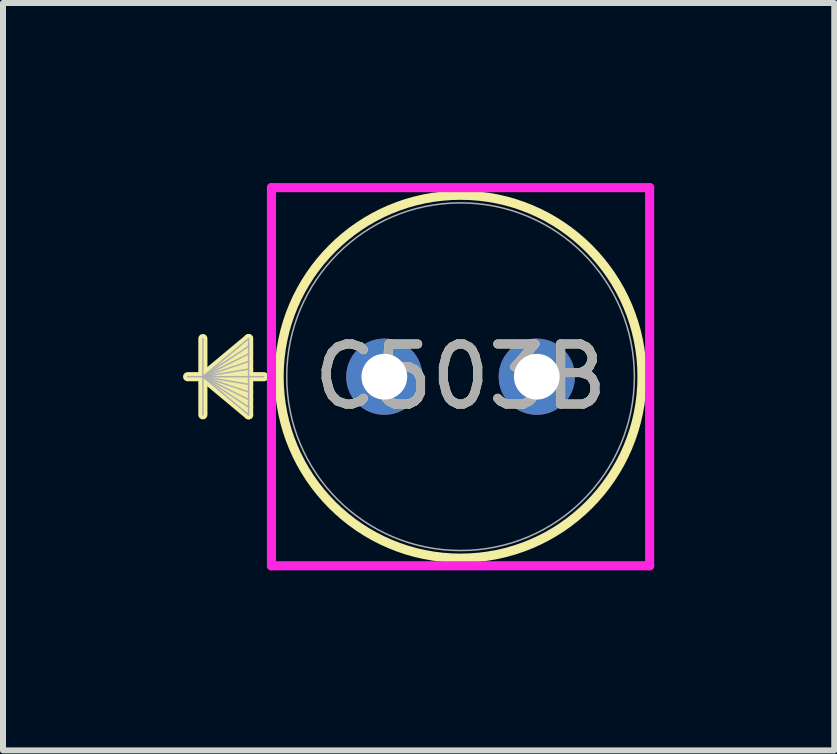
<source format=kicad_pcb>
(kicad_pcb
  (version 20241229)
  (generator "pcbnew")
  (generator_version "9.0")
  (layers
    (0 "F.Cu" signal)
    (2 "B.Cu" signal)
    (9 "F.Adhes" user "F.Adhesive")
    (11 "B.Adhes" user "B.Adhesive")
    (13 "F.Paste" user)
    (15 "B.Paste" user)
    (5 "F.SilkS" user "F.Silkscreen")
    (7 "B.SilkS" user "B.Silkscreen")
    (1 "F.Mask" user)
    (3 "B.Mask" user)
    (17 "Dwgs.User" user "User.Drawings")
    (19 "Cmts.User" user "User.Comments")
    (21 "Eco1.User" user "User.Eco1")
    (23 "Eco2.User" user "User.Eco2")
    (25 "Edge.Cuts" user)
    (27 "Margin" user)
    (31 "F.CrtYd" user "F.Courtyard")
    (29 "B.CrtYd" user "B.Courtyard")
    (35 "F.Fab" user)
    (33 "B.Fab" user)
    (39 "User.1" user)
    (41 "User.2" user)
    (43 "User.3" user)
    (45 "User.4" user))
  (footprint "C503B"
    (layer "F.Cu")
    (at 3.353 3.226)
    (property "Reference" "C503B" (at 1.27 0 0) (unlocked yes) (layer "F.SilkS") (effects (font (size 1 1) (thickness 0.15))))
    (attr through_hole)
    (fp_line (start -3.023 -0.635) (end -3.023 0.635) (stroke (width 0.152) (type solid)) (layer "F.SilkS"))
    (fp_line (start -3.023 0) (end -2.261 -0.635) (stroke (width 0.152) (type solid)) (layer "F.SilkS"))
    (fp_line (start -3.023 0) (end -2.261 -0.508) (stroke (width 0.152) (type solid)) (layer "F.SilkS"))
    (fp_line (start -3.023 0) (end -2.261 -0.381) (stroke (width 0.152) (type solid)) (layer "F.SilkS"))
    (fp_line (start -3.023 0) (end -2.261 -0.254) (stroke (width 0.152) (type solid)) (layer "F.SilkS"))
    (fp_line (start -3.023 0) (end -2.261 -0.127) (stroke (width 0.152) (type solid)) (layer "F.SilkS"))
    (fp_line (start -3.023 0) (end -2.261 0.127) (stroke (width 0.152) (type solid)) (layer "F.SilkS"))
    (fp_line (start -3.023 0) (end -2.261 0.254) (stroke (width 0.152) (type solid)) (layer "F.SilkS"))
    (fp_line (start -3.023 0) (end -2.261 0.381) (stroke (width 0.152) (type solid)) (layer "F.SilkS"))
    (fp_line (start -3.023 0) (end -2.261 0.508) (stroke (width 0.152) (type solid)) (layer "F.SilkS"))
    (fp_line (start -3.023 0) (end -2.261 0.635) (stroke (width 0.152) (type solid)) (layer "F.SilkS"))
    (fp_line (start -2.261 -0.635) (end -2.261 0.635) (stroke (width 0.152) (type solid)) (layer "F.SilkS"))
    (fp_line (start -2.007 0) (end -3.277 0) (stroke (width 0.152) (type solid)) (layer "F.SilkS"))
    (fp_circle (center 1.27 0) (end 4.293 0) (stroke (width 0.152) (type solid)) (fill no) (layer "F.SilkS"))
    (fp_line (start -1.88 -3.15) (end 4.42 -3.15) (stroke (width 0.152) (type solid)) (layer "F.CrtYd"))
    (fp_line (start -1.88 3.15) (end -1.88 -3.15) (stroke (width 0.152) (type solid)) (layer "F.CrtYd"))
    (fp_line (start 4.42 -3.15) (end 4.42 3.15) (stroke (width 0.152) (type solid)) (layer "F.CrtYd"))
    (fp_line (start 4.42 3.15) (end -1.88 3.15) (stroke (width 0.152) (type solid)) (layer "F.CrtYd"))
    (fp_line (start -3.023 -0.635) (end -3.023 0.635) (stroke (width 0.025) (type solid)) (layer "F.Fab"))
    (fp_line (start -3.023 0) (end -2.261 -0.635) (stroke (width 0.025) (type solid)) (layer "F.Fab"))
    (fp_line (start -3.023 0) (end -2.261 -0.508) (stroke (width 0.025) (type solid)) (layer "F.Fab"))
    (fp_line (start -3.023 0) (end -2.261 -0.381) (stroke (width 0.025) (type solid)) (layer "F.Fab"))
    (fp_line (start -3.023 0) (end -2.261 -0.254) (stroke (width 0.025) (type solid)) (layer "F.Fab"))
    (fp_line (start -3.023 0) (end -2.261 -0.127) (stroke (width 0.025) (type solid)) (layer "F.Fab"))
    (fp_line (start -3.023 0) (end -2.261 0.127) (stroke (width 0.025) (type solid)) (layer "F.Fab"))
    (fp_line (start -3.023 0) (end -2.261 0.254) (stroke (width 0.025) (type solid)) (layer "F.Fab"))
    (fp_line (start -3.023 0) (end -2.261 0.381) (stroke (width 0.025) (type solid)) (layer "F.Fab"))
    (fp_line (start -3.023 0) (end -2.261 0.508) (stroke (width 0.025) (type solid)) (layer "F.Fab"))
    (fp_line (start -3.023 0) (end -2.261 0.635) (stroke (width 0.025) (type solid)) (layer "F.Fab"))
    (fp_line (start -2.261 -0.635) (end -2.261 0.635) (stroke (width 0.025) (type solid)) (layer "F.Fab"))
    (fp_line (start -2.007 0) (end -3.277 0) (stroke (width 0.025) (type solid)) (layer "F.Fab"))
    (fp_circle (center 1.27 0) (end 4.166 0) (stroke (width 0.025) (type solid)) (fill no) (layer "F.Fab"))
    (fp_text user "${REFERENCE}" (at 1.27 0 0) (unlocked yes) (layer "F.Fab") (effects (font (size 1 1) (thickness 0.15))))
    (pad "1" thru_hole circle (at 0 0) (size 1.27 1.27) (drill 0.762) (layers "*.Cu" "*.Mask"))
    (pad "2" thru_hole circle (at 2.54 0) (size 1.27 1.27) (drill 0.762) (layers "*.Cu" "*.Mask")))
  (gr_rect
    (start -3 -3)
    (end 10.849 9.452)
    (stroke (width 0.1) (type default))
    (fill no)
    (layer "Edge.Cuts")))
</source>
